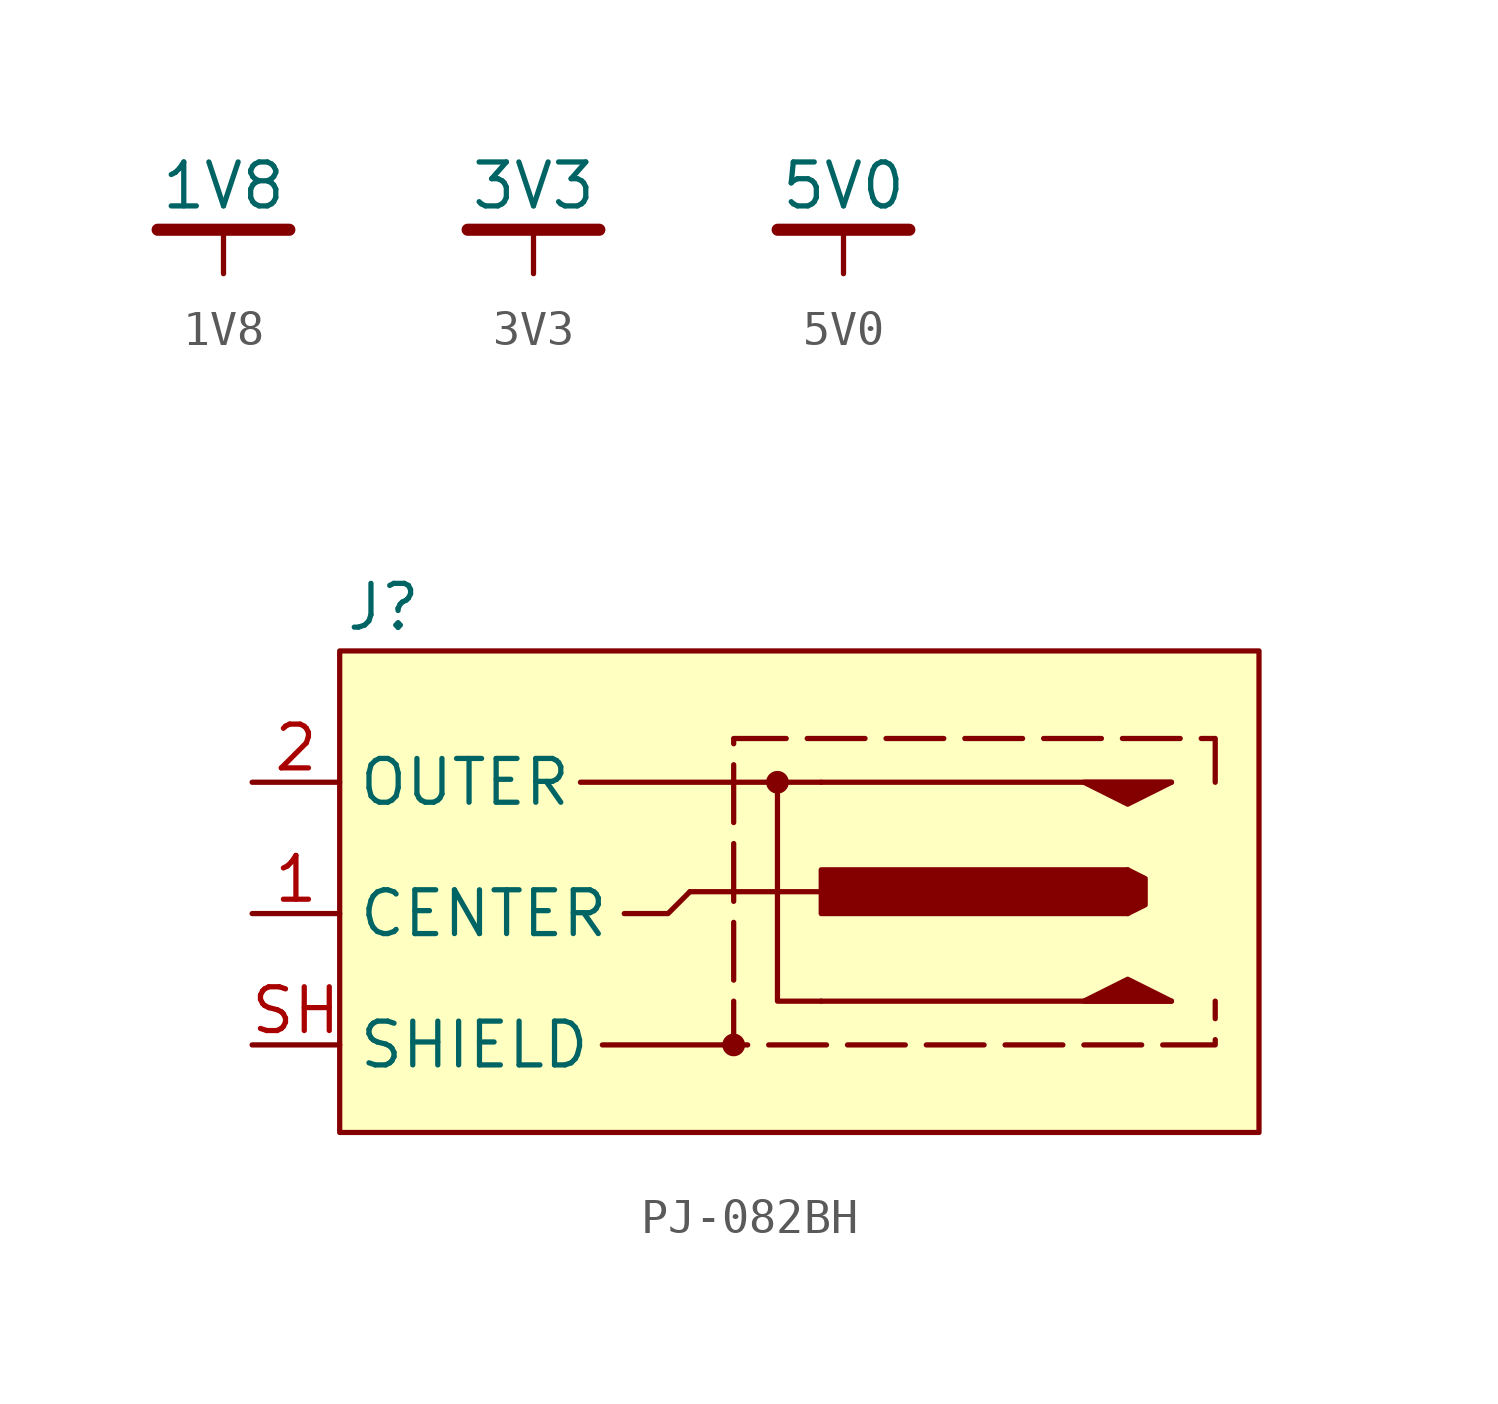
<source format=kicad_sym>
(kicad_symbol_lib
  (version 20220914)
  (generator kicad_symbol_editor)
  (symbol "1V8"
    (power)
    (pin_numbers hide)
    (pin_names
      (offset 0) hide)
    (property "Reference" "#PWR"
      (at 0 3.81 0)
      (effects (font (size 1.27 1.27)) hide))
    (property "Value" "1V8"
      (at 0 1.27 0)
      (effects (font (size 1.27 1.27))))
    (symbol "1V8_0_1"
      (polyline (pts (xy 0 0) (xy 0 -1.27)) (stroke (width 0) (type default)) (fill (type none))))
    (symbol "1V8_1_1"
      (polyline (pts (xy -1.905 0) (xy 1.905 0)) (stroke (width 0.35) (type default)) (fill (type none)))
      (pin power_in line (at 0 -1.27 90) (length 1.27) hide (name "1V8" (effects (font (size 1.27 1.27)))) (number "1" (effects (font (size 1.27 1.27)))))))
  (symbol "3V3"
    (power)
    (pin_numbers hide)
    (pin_names
      (offset 0) hide)
    (property "Reference" "#PWR"
      (at 0 3.81 0)
      (effects (font (size 1.27 1.27)) hide))
    (property "Value" "3V3"
      (at 0 1.27 0)
      (effects (font (size 1.27 1.27))))
    (symbol "3V3_0_1"
      (polyline (pts (xy 0 0) (xy 0 -1.27)) (stroke (width 0) (type default)) (fill (type none))))
    (symbol "3V3_1_1"
      (polyline (pts (xy -1.905 0) (xy 1.905 0)) (stroke (width 0.35) (type default)) (fill (type none)))
      (pin power_in line (at 0 -1.27 90) (length 1.27) hide (name "3V3" (effects (font (size 1.27 1.27)))) (number "1" (effects (font (size 1.27 1.27)))))))
  (symbol "5V0"
    (power)
    (pin_numbers hide)
    (pin_names
      (offset 0) hide)
    (property "Reference" "#PWR"
      (at 0 3.81 0)
      (effects (font (size 1.27 1.27)) hide))
    (property "Value" "5V0"
      (at 0 1.27 0)
      (effects (font (size 1.27 1.27))))
    (symbol "5V0_0_1"
      (polyline (pts (xy 0 0) (xy 0 -1.27)) (stroke (width 0) (type default)) (fill (type none))))
    (symbol "5V0_1_1"
      (polyline (pts (xy -1.905 0) (xy 1.905 0)) (stroke (width 0.35) (type default)) (fill (type none)))
      (pin power_in line (at 0 -1.27 90) (length 1.27) hide (name "5V0" (effects (font (size 1.27 1.27)))) (number "1" (effects (font (size 1.27 1.27)))))))
  (symbol "PJ-082BH"
    (property "Reference" "J"
      (at 1.27 1.27 0)
      (do_not_autoplace)
      (effects (font (size 1.27 1.27))))
    (symbol "PJ-082BH_1_1"
      (polyline (pts (xy 11.43 -11.43) (xy 7.62 -11.43)) (stroke (width 0) (type default)) (fill (type none)))
      (polyline (pts (xy 12.7 -3.81) (xy 6.985 -3.81)) (stroke (width 0) (type default)) (fill (type none)))
      (polyline (pts (xy 13.97 -6.985) (xy 10.16 -6.985)) (stroke (width 0) (type default)) (fill (type none)))
      (polyline (pts (xy 24.13 -10.16) (xy 13.97 -10.16)) (stroke (width 0) (type default)) (fill (type none)))
      (polyline (pts (xy 24.13 -3.81) (xy 13.97 -3.81)) (stroke (width 0) (type default)) (fill (type none)))
      (polyline (pts (xy 10.16 -6.985) (xy 9.525 -7.62) (xy 8.255 -7.62)) (stroke (width 0) (type default)) (fill (type none)))
      (polyline (pts (xy 13.97 -3.81) (xy 12.7 -3.81) (xy 12.7 -10.16) (xy 13.97 -10.16)) (stroke (width 0) (type default)) (fill (type none)))
      (polyline (pts (xy 21.59 -10.16) (xy 22.86 -9.525) (xy 24.13 -10.16) (xy 21.59 -10.16)) (stroke (width 0) (type default)) (fill (type outline)))
      (polyline (pts (xy 24.13 -3.81) (xy 22.86 -4.445) (xy 21.59 -3.81) (xy 24.13 -3.81)) (stroke (width 0) (type default)) (fill (type outline)))
      (polyline (pts (xy 22.86 -6.35) (xy 23.368 -6.604) (xy 23.368 -7.366) (xy 22.86 -7.62) (xy 22.86 -6.35)) (stroke (width 0) (type default)) (fill (type outline)))
      (polyline (pts (xy 25.4 -3.81) (xy 25.4 -2.54) (xy 11.43 -2.54) (xy 11.43 -11.43) (xy 25.4 -11.43) (xy 25.4 -10.16)) (stroke (width 0) (type dash)) (fill (type none)))
      (rectangle (start 0 0) (end 26.67 -13.97) (stroke (width 0) (type default)) (fill (type background)))
      (circle (center 11.43 -11.43) (radius 0.254) (stroke (width 0) (type default)) (fill (type outline)))
      (circle (center 12.7 -3.81) (radius 0.254) (stroke (width 0) (type default)) (fill (type outline)))
      (rectangle (start 13.97 -6.35) (end 22.86 -7.62) (stroke (width 0) (type default)) (fill (type outline)))
      (pin power_in line (at -2.54 -7.62 0) (length 2.54) (name "CENTER" (effects (font (size 1.27 1.27)))) (number "1" (effects (font (size 1.27 1.27)))))
      (pin power_in line (at -2.54 -3.81 0) (length 2.54) (name "OUTER" (effects (font (size 1.27 1.27)))) (number "2" (effects (font (size 1.27 1.27)))))
      (pin passive line (at -2.54 -11.43 0) (length 2.54) (name "SHIELD" (effects (font (size 1.27 1.27)))) (number "SH" (effects (font (size 1.27 1.27))))))))
</source>
